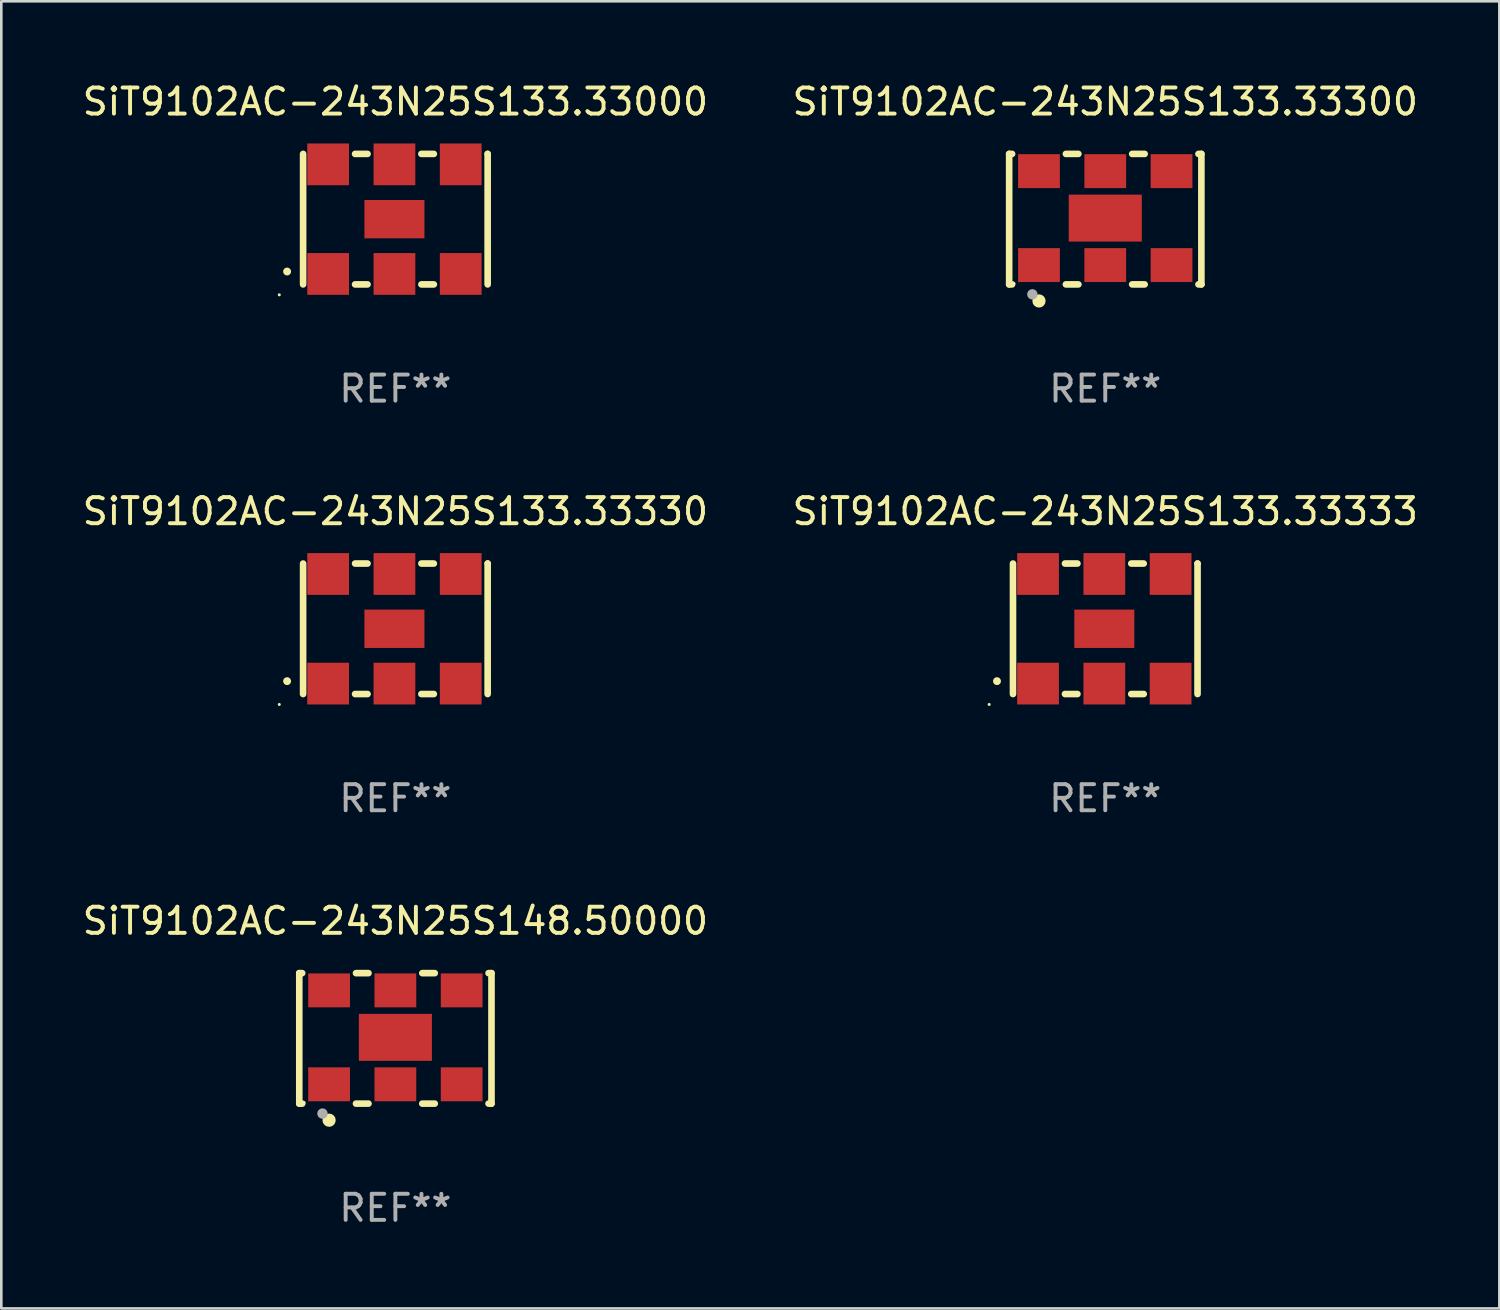
<source format=kicad_pcb>
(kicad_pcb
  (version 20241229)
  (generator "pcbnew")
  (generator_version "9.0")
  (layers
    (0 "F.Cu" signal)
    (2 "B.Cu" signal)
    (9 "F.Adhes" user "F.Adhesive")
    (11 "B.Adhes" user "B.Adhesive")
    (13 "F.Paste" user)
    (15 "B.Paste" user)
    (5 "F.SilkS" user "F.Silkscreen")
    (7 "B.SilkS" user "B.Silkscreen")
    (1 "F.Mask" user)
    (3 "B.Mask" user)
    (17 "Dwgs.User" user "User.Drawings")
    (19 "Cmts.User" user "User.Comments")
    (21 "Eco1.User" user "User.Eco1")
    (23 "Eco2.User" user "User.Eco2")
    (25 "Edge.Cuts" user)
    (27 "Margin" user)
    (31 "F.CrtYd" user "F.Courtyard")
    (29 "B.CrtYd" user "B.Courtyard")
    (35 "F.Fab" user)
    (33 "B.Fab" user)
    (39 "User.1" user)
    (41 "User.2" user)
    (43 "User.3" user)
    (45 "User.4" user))
  (footprint "SiT9102AC-243N25S133.33000"
    (layer "F.Cu")
    (at 12.101 5.348)
    (property "Reference" "SiT9102AC-243N25S133.33000" (at 0 -4.5 0) (layer "F.SilkS") (effects (font (size 1 1) (thickness 0.15))))
    (attr through_hole)
    (fp_line (start -3.536 -2.5) (end -3.536 2.5) (stroke (width 0.254) (type solid)) (layer "F.SilkS"))
    (fp_line (start -1.544 2.5) (end -1.067 2.5) (stroke (width 0.254) (type solid)) (layer "F.SilkS"))
    (fp_line (start -1.067 -2.5) (end -1.544 -2.5) (stroke (width 0.254) (type solid)) (layer "F.SilkS"))
    (fp_line (start 0.996 2.5) (end 1.473 2.5) (stroke (width 0.254) (type solid)) (layer "F.SilkS"))
    (fp_line (start 1.473 -2.5) (end 0.996 -2.5) (stroke (width 0.254) (type solid)) (layer "F.SilkS"))
    (fp_line (start 3.536 -2.5) (end 3.536 -2.5) (stroke (width 0.254) (type solid)) (layer "F.SilkS"))
    (fp_line (start 3.536 2.5) (end 3.536 -2.5) (stroke (width 0.254) (type solid)) (layer "F.SilkS"))
    (fp_arc (start -4.150432 2.006604) (mid -4.149162 2.006599) (end -4.147892 2.006604) (stroke (width 0.3) (type solid)) (layer "F.SilkS"))
    (fp_circle (center -4.449 2.9) (end -4.419 2.9) (stroke (width 0.06) (type solid)) (fill no) (layer "F.SilkS"))
    (fp_text user "REF**" (at 0 6.5 0) (layer "F.Fab") (effects (font (size 1 1) (thickness 0.15))))
    (pad "1" smd rect (at -2.576 2.1) (size 1.6 1.6) (layers "F.Cu" "F.Mask" "F.Paste"))
    (pad "2" smd rect (at -0.036 2.1) (size 1.6 1.6) (layers "F.Cu" "F.Mask" "F.Paste"))
    (pad "3" smd rect (at 2.504 2.1) (size 1.6 1.6) (layers "F.Cu" "F.Mask" "F.Paste"))
    (pad "4" smd rect (at 2.504 -2.1) (size 1.6 1.6) (layers "F.Cu" "F.Mask" "F.Paste"))
    (pad "5" smd rect (at -0.036 -2.1) (size 1.6 1.6) (layers "F.Cu" "F.Mask" "F.Paste"))
    (pad "6" smd rect (at -2.576 -2.1) (size 1.6 1.6) (layers "F.Cu" "F.Mask" "F.Paste"))
    (pad "7" smd rect (at -0.036 0) (size 2.3 1.47) (layers "F.Cu" "F.Mask" "F.Paste")))
  (footprint "SiT9102AC-243N25S133.33333"
    (layer "F.Cu")
    (at 39.304 21.045)
    (property "Reference" "SiT9102AC-243N25S133.33333" (at 0 -4.5 0) (layer "F.SilkS") (effects (font (size 1 1) (thickness 0.15))))
    (attr through_hole)
    (fp_line (start -3.536 -2.5) (end -3.536 2.5) (stroke (width 0.254) (type solid)) (layer "F.SilkS"))
    (fp_line (start -1.544 2.5) (end -1.067 2.5) (stroke (width 0.254) (type solid)) (layer "F.SilkS"))
    (fp_line (start -1.067 -2.5) (end -1.544 -2.5) (stroke (width 0.254) (type solid)) (layer "F.SilkS"))
    (fp_line (start 0.996 2.5) (end 1.473 2.5) (stroke (width 0.254) (type solid)) (layer "F.SilkS"))
    (fp_line (start 1.473 -2.5) (end 0.996 -2.5) (stroke (width 0.254) (type solid)) (layer "F.SilkS"))
    (fp_line (start 3.536 -2.5) (end 3.536 -2.5) (stroke (width 0.254) (type solid)) (layer "F.SilkS"))
    (fp_line (start 3.536 2.5) (end 3.536 -2.5) (stroke (width 0.254) (type solid)) (layer "F.SilkS"))
    (fp_arc (start -4.150432 2.006604) (mid -4.149162 2.006599) (end -4.147892 2.006604) (stroke (width 0.3) (type solid)) (layer "F.SilkS"))
    (fp_circle (center -4.449 2.9) (end -4.419 2.9) (stroke (width 0.06) (type solid)) (fill no) (layer "F.SilkS"))
    (fp_text user "REF**" (at 0 6.5 0) (layer "F.Fab") (effects (font (size 1 1) (thickness 0.15))))
    (pad "1" smd rect (at -2.576 2.1) (size 1.6 1.6) (layers "F.Cu" "F.Mask" "F.Paste"))
    (pad "2" smd rect (at -0.036 2.1) (size 1.6 1.6) (layers "F.Cu" "F.Mask" "F.Paste"))
    (pad "3" smd rect (at 2.504 2.1) (size 1.6 1.6) (layers "F.Cu" "F.Mask" "F.Paste"))
    (pad "4" smd rect (at 2.504 -2.1) (size 1.6 1.6) (layers "F.Cu" "F.Mask" "F.Paste"))
    (pad "5" smd rect (at -0.036 -2.1) (size 1.6 1.6) (layers "F.Cu" "F.Mask" "F.Paste"))
    (pad "6" smd rect (at -2.576 -2.1) (size 1.6 1.6) (layers "F.Cu" "F.Mask" "F.Paste"))
    (pad "7" smd rect (at -0.036 0) (size 2.3 1.47) (layers "F.Cu" "F.Mask" "F.Paste")))
  (footprint "SiT9102AC-243N25S133.33300"
    (layer "F.Cu")
    (at 39.304 5.348)
    (property "Reference" "SiT9102AC-243N25S133.33300" (at 0 -4.5 0) (layer "F.SilkS") (effects (font (size 1 1) (thickness 0.15))))
    (attr through_hole)
    (fp_line (start -3.683 -2.5) (end -3.571 -2.5) (stroke (width 0.254) (type solid)) (layer "F.SilkS"))
    (fp_line (start -3.683 2.5) (end -3.683 -2.5) (stroke (width 0.254) (type solid)) (layer "F.SilkS"))
    (fp_line (start -3.683 2.5) (end -3.571 2.5) (stroke (width 0.254) (type solid)) (layer "F.SilkS"))
    (fp_line (start -1.509 -2.5) (end -1.031 -2.5) (stroke (width 0.254) (type solid)) (layer "F.SilkS"))
    (fp_line (start -1.509 2.5) (end -1.031 2.5) (stroke (width 0.254) (type solid)) (layer "F.SilkS"))
    (fp_line (start 1.031 -2.5) (end 1.509 -2.5) (stroke (width 0.254) (type solid)) (layer "F.SilkS"))
    (fp_line (start 1.031 2.5) (end 1.509 2.5) (stroke (width 0.254) (type solid)) (layer "F.SilkS"))
    (fp_line (start 3.571 -2.5) (end 3.683 -2.5) (stroke (width 0.254) (type solid)) (layer "F.SilkS"))
    (fp_line (start 3.571 2.5) (end 3.683 2.5) (stroke (width 0.254) (type solid)) (layer "F.SilkS"))
    (fp_line (start 3.683 2.5) (end 3.683 -2.5) (stroke (width 0.254) (type solid)) (layer "F.SilkS"))
    (fp_circle (center -3.5 2.46) (end -3.47 2.46) (stroke (width 0.06) (type solid)) (fill no) (layer "F.SilkS"))
    (fp_circle (center -2.54 3.135) (end -2.413 3.135) (stroke (width 0.254) (type solid)) (fill no) (layer "F.SilkS"))
    (fp_circle (center -2.794 2.881) (end -2.694 2.881) (stroke (width 0.2) (type solid)) (fill no) (layer "F.Fab"))
    (fp_text user "REF**" (at 0 6.5 0) (layer "F.Fab") (effects (font (size 1 1) (thickness 0.15))))
    (pad "1" smd rect (at -2.54 1.76) (size 1.6 1.3) (layers "F.Cu" "F.Mask" "F.Paste"))
    (pad "2" smd rect (at 0 1.76) (size 1.6 1.3) (layers "F.Cu" "F.Mask" "F.Paste"))
    (pad "3" smd rect (at 2.54 1.76) (size 1.6 1.3) (layers "F.Cu" "F.Mask" "F.Paste"))
    (pad "4" smd rect (at 2.54 -1.84) (size 1.6 1.3) (layers "F.Cu" "F.Mask" "F.Paste"))
    (pad "5" smd rect (at 0 -1.84) (size 1.6 1.3) (layers "F.Cu" "F.Mask" "F.Paste"))
    (pad "6" smd rect (at -2.54 -1.84) (size 1.6 1.3) (layers "F.Cu" "F.Mask" "F.Paste"))
    (pad "7" smd rect (at 0 -0.04) (size 2.8 1.8) (layers "F.Cu" "F.Mask" "F.Paste")))
  (footprint "SiT9102AC-243N25S133.33330"
    (layer "F.Cu")
    (at 12.101 21.045)
    (property "Reference" "SiT9102AC-243N25S133.33330" (at 0 -4.5 0) (layer "F.SilkS") (effects (font (size 1 1) (thickness 0.15))))
    (attr through_hole)
    (fp_line (start -3.536 -2.5) (end -3.536 2.5) (stroke (width 0.254) (type solid)) (layer "F.SilkS"))
    (fp_line (start -1.544 2.5) (end -1.067 2.5) (stroke (width 0.254) (type solid)) (layer "F.SilkS"))
    (fp_line (start -1.067 -2.5) (end -1.544 -2.5) (stroke (width 0.254) (type solid)) (layer "F.SilkS"))
    (fp_line (start 0.996 2.5) (end 1.473 2.5) (stroke (width 0.254) (type solid)) (layer "F.SilkS"))
    (fp_line (start 1.473 -2.5) (end 0.996 -2.5) (stroke (width 0.254) (type solid)) (layer "F.SilkS"))
    (fp_line (start 3.536 -2.5) (end 3.536 -2.5) (stroke (width 0.254) (type solid)) (layer "F.SilkS"))
    (fp_line (start 3.536 2.5) (end 3.536 -2.5) (stroke (width 0.254) (type solid)) (layer "F.SilkS"))
    (fp_arc (start -4.150432 2.006604) (mid -4.149162 2.006599) (end -4.147892 2.006604) (stroke (width 0.3) (type solid)) (layer "F.SilkS"))
    (fp_circle (center -4.449 2.9) (end -4.419 2.9) (stroke (width 0.06) (type solid)) (fill no) (layer "F.SilkS"))
    (fp_text user "REF**" (at 0 6.5 0) (layer "F.Fab") (effects (font (size 1 1) (thickness 0.15))))
    (pad "1" smd rect (at -2.576 2.1) (size 1.6 1.6) (layers "F.Cu" "F.Mask" "F.Paste"))
    (pad "2" smd rect (at -0.036 2.1) (size 1.6 1.6) (layers "F.Cu" "F.Mask" "F.Paste"))
    (pad "3" smd rect (at 2.504 2.1) (size 1.6 1.6) (layers "F.Cu" "F.Mask" "F.Paste"))
    (pad "4" smd rect (at 2.504 -2.1) (size 1.6 1.6) (layers "F.Cu" "F.Mask" "F.Paste"))
    (pad "5" smd rect (at -0.036 -2.1) (size 1.6 1.6) (layers "F.Cu" "F.Mask" "F.Paste"))
    (pad "6" smd rect (at -2.576 -2.1) (size 1.6 1.6) (layers "F.Cu" "F.Mask" "F.Paste"))
    (pad "7" smd rect (at -0.036 0) (size 2.3 1.47) (layers "F.Cu" "F.Mask" "F.Paste")))
  (footprint "SiT9102AC-243N25S148.50000"
    (layer "F.Cu")
    (at 12.101 36.741)
    (property "Reference" "SiT9102AC-243N25S148.50000" (at 0 -4.5 0) (layer "F.SilkS") (effects (font (size 1 1) (thickness 0.15))))
    (attr through_hole)
    (fp_line (start -3.683 -2.5) (end -3.571 -2.5) (stroke (width 0.254) (type solid)) (layer "F.SilkS"))
    (fp_line (start -3.683 2.5) (end -3.683 -2.5) (stroke (width 0.254) (type solid)) (layer "F.SilkS"))
    (fp_line (start -3.683 2.5) (end -3.571 2.5) (stroke (width 0.254) (type solid)) (layer "F.SilkS"))
    (fp_line (start -1.509 -2.5) (end -1.031 -2.5) (stroke (width 0.254) (type solid)) (layer "F.SilkS"))
    (fp_line (start -1.509 2.5) (end -1.031 2.5) (stroke (width 0.254) (type solid)) (layer "F.SilkS"))
    (fp_line (start 1.031 -2.5) (end 1.509 -2.5) (stroke (width 0.254) (type solid)) (layer "F.SilkS"))
    (fp_line (start 1.031 2.5) (end 1.509 2.5) (stroke (width 0.254) (type solid)) (layer "F.SilkS"))
    (fp_line (start 3.571 -2.5) (end 3.683 -2.5) (stroke (width 0.254) (type solid)) (layer "F.SilkS"))
    (fp_line (start 3.571 2.5) (end 3.683 2.5) (stroke (width 0.254) (type solid)) (layer "F.SilkS"))
    (fp_line (start 3.683 2.5) (end 3.683 -2.5) (stroke (width 0.254) (type solid)) (layer "F.SilkS"))
    (fp_circle (center -3.5 2.46) (end -3.47 2.46) (stroke (width 0.06) (type solid)) (fill no) (layer "F.SilkS"))
    (fp_circle (center -2.54 3.135) (end -2.413 3.135) (stroke (width 0.254) (type solid)) (fill no) (layer "F.SilkS"))
    (fp_circle (center -2.794 2.881) (end -2.694 2.881) (stroke (width 0.2) (type solid)) (fill no) (layer "F.Fab"))
    (fp_text user "REF**" (at 0 6.5 0) (layer "F.Fab") (effects (font (size 1 1) (thickness 0.15))))
    (pad "1" smd rect (at -2.54 1.76) (size 1.6 1.3) (layers "F.Cu" "F.Mask" "F.Paste"))
    (pad "2" smd rect (at 0 1.76) (size 1.6 1.3) (layers "F.Cu" "F.Mask" "F.Paste"))
    (pad "3" smd rect (at 2.54 1.76) (size 1.6 1.3) (layers "F.Cu" "F.Mask" "F.Paste"))
    (pad "4" smd rect (at 2.54 -1.84) (size 1.6 1.3) (layers "F.Cu" "F.Mask" "F.Paste"))
    (pad "5" smd rect (at 0 -1.84) (size 1.6 1.3) (layers "F.Cu" "F.Mask" "F.Paste"))
    (pad "6" smd rect (at -2.54 -1.84) (size 1.6 1.3) (layers "F.Cu" "F.Mask" "F.Paste"))
    (pad "7" smd rect (at 0 -0.04) (size 2.8 1.8) (layers "F.Cu" "F.Mask" "F.Paste")))
  (gr_rect
    (start -3 -3)
    (end 54.405 47.09)
    (stroke (width 0.1) (type default))
    (fill no)
    (layer "Edge.Cuts")))
</source>
